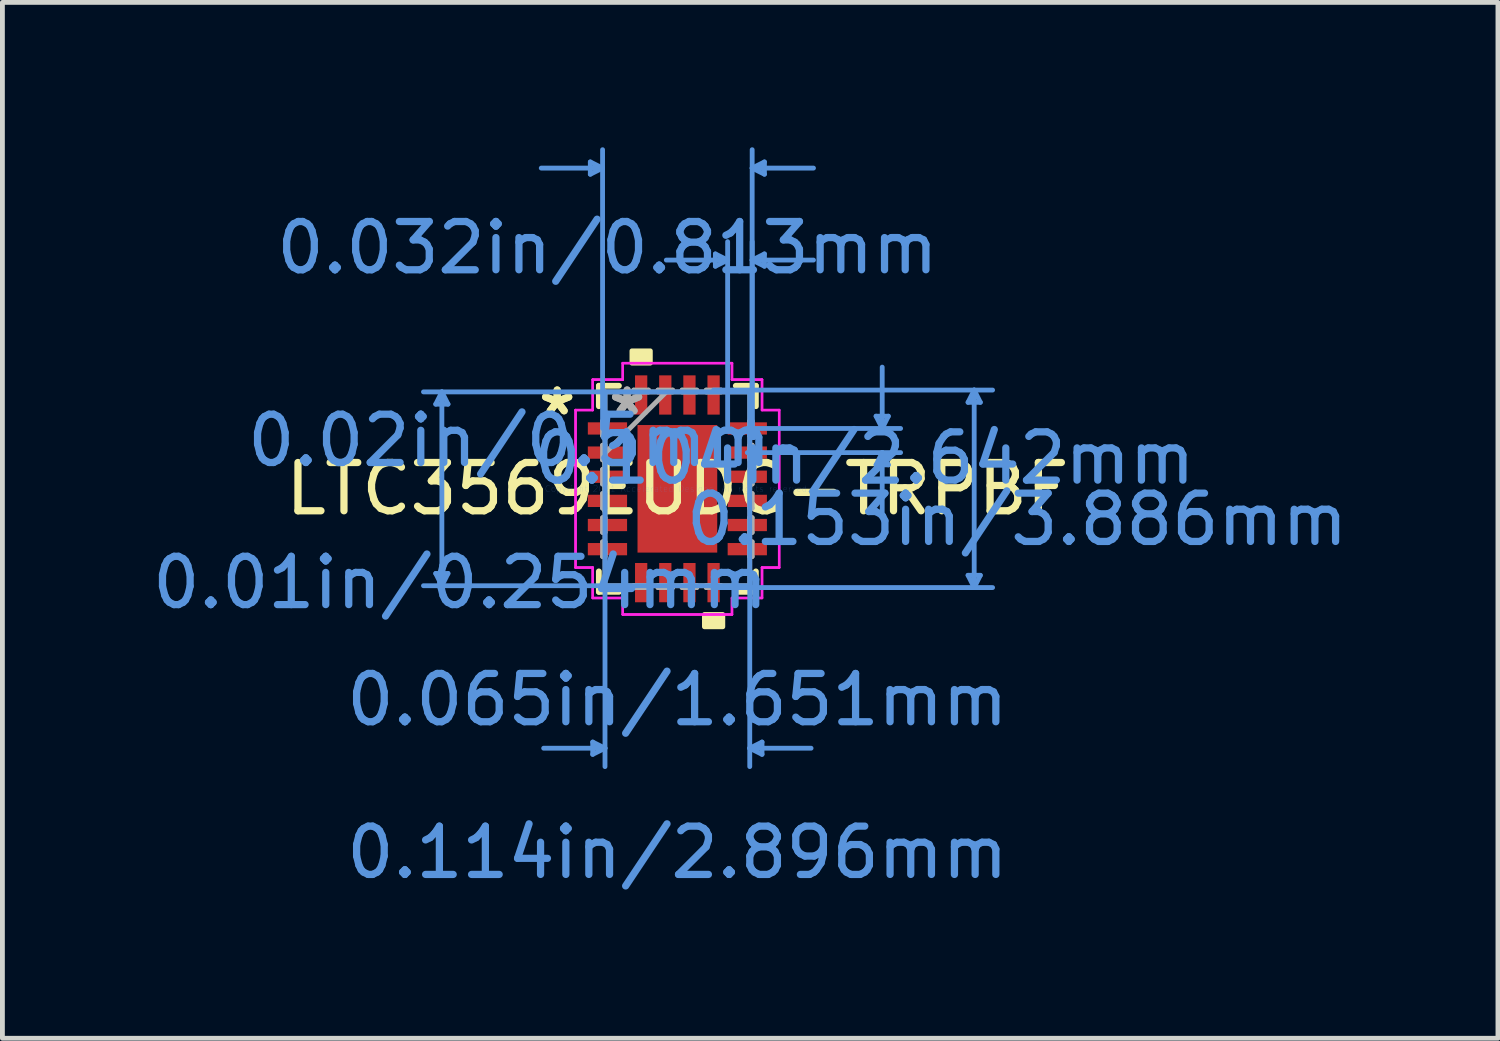
<source format=kicad_pcb>
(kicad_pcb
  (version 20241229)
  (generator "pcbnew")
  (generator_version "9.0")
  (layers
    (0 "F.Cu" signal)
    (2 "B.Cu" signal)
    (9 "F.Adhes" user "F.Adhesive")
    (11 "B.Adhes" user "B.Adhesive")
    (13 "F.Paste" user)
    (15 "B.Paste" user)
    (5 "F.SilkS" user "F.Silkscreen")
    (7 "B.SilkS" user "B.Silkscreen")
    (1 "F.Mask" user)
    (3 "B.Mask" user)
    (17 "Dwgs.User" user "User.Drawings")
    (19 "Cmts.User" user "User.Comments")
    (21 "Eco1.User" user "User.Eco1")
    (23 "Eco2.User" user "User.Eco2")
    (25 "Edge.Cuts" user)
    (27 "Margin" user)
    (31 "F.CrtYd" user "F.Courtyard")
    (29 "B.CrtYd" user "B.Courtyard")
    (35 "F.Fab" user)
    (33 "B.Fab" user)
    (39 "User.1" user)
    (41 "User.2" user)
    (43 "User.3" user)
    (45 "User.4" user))
  (footprint "LTC3569EUDC-TRPBF"
    (layer "F.Cu")
    (at 10.978 7.073)
    (property "Reference" "LTC3569EUDC-TRPBF" (at 0 0 0) (layer "F.SilkS") (effects (font (size 1 1) (thickness 0.15))))
    (attr through_hole)
    (fp_line (start -1.626 -2.134) (end -1.626 -1.71) (stroke (width 0.12) (type solid)) (layer "F.SilkS"))
    (fp_line (start -1.626 1.71) (end -1.626 2.134) (stroke (width 0.12) (type solid)) (layer "F.SilkS"))
    (fp_line (start -1.626 2.134) (end -1.21 2.134) (stroke (width 0.12) (type solid)) (layer "F.SilkS"))
    (fp_line (start -1.21 -2.134) (end -1.626 -2.134) (stroke (width 0.12) (type solid)) (layer "F.SilkS"))
    (fp_line (start 1.21 2.134) (end 1.626 2.134) (stroke (width 0.12) (type solid)) (layer "F.SilkS"))
    (fp_line (start 1.626 -2.134) (end 1.21 -2.134) (stroke (width 0.12) (type solid)) (layer "F.SilkS"))
    (fp_line (start 1.626 -1.71) (end 1.626 -2.134) (stroke (width 0.12) (type solid)) (layer "F.SilkS"))
    (fp_line (start 1.626 2.134) (end 1.626 1.71) (stroke (width 0.12) (type solid)) (layer "F.SilkS"))
    (fp_poly (pts (xy -0.941 -2.603) (xy -0.941 -2.857) (xy -0.56 -2.857) (xy -0.56 -2.603)) (stroke (width 0.1) (type solid)) (fill yes) (layer "F.SilkS"))
    (fp_poly (pts (xy 0.56 2.603) (xy 0.56 2.857) (xy 0.941 2.857) (xy 0.941 2.603)) (stroke (width 0.1) (type solid)) (fill yes) (layer "F.SilkS"))
    (fp_poly (pts (xy -0.726 -1.221) (xy -0.726 -0.1) (xy 0.726 -0.1) (xy 0.726 -1.221)) (stroke (width 0.1) (type solid)) (fill yes) (layer "F.Paste"))
    (fp_poly (pts (xy -0.726 0.1) (xy -0.726 1.221) (xy 0.726 1.221) (xy 0.726 0.1)) (stroke (width 0.1) (type solid)) (fill yes) (layer "F.Paste"))
    (fp_line (start -5.004 -1.753) (end -4.75 -1.753) (stroke (width 0.1) (type solid)) (layer "Cmts.User"))
    (fp_line (start -5.004 1.753) (end -4.75 1.753) (stroke (width 0.1) (type solid)) (layer "Cmts.User"))
    (fp_line (start -4.877 -2.007) (end -5.004 -1.753) (stroke (width 0.1) (type solid)) (layer "Cmts.User"))
    (fp_line (start -4.877 -2.007) (end -4.877 2.007) (stroke (width 0.1) (type solid)) (layer "Cmts.User"))
    (fp_line (start -4.877 -2.007) (end -4.75 -1.753) (stroke (width 0.1) (type solid)) (layer "Cmts.User"))
    (fp_line (start -4.877 2.007) (end -5.004 1.753) (stroke (width 0.1) (type solid)) (layer "Cmts.User"))
    (fp_line (start -4.877 2.007) (end -4.75 1.753) (stroke (width 0.1) (type solid)) (layer "Cmts.User"))
    (fp_line (start -1.803 -6.769) (end -1.803 -6.515) (stroke (width 0.1) (type solid)) (layer "Cmts.User"))
    (fp_line (start -1.753 5.245) (end -1.753 5.499) (stroke (width 0.1) (type solid)) (layer "Cmts.User"))
    (fp_line (start -1.549 -6.642) (end -2.819 -6.642) (stroke (width 0.1) (type solid)) (layer "Cmts.User"))
    (fp_line (start -1.549 -6.642) (end -1.803 -6.769) (stroke (width 0.1) (type solid)) (layer "Cmts.User"))
    (fp_line (start -1.549 -6.642) (end -1.803 -6.515) (stroke (width 0.1) (type solid)) (layer "Cmts.User"))
    (fp_line (start -1.549 -1.25) (end -1.549 -7.023) (stroke (width 0.1) (type solid)) (layer "Cmts.User"))
    (fp_line (start -1.499 -2.007) (end -1.499 5.753) (stroke (width 0.1) (type solid)) (layer "Cmts.User"))
    (fp_line (start -1.499 5.372) (end -2.769 5.372) (stroke (width 0.1) (type solid)) (layer "Cmts.User"))
    (fp_line (start -1.499 5.372) (end -1.753 5.245) (stroke (width 0.1) (type solid)) (layer "Cmts.User"))
    (fp_line (start -1.499 5.372) (end -1.753 5.499) (stroke (width 0.1) (type solid)) (layer "Cmts.User"))
    (fp_line (start 0.75 -2.045) (end 6.528 -2.045) (stroke (width 0.1) (type solid)) (layer "Cmts.User"))
    (fp_line (start 0.75 2.045) (end 6.528 2.045) (stroke (width 0.1) (type solid)) (layer "Cmts.User"))
    (fp_line (start 0.787 -4.864) (end 0.787 -4.61) (stroke (width 0.1) (type solid)) (layer "Cmts.User"))
    (fp_line (start 1.041 -4.737) (end -0.229 -4.737) (stroke (width 0.1) (type solid)) (layer "Cmts.User"))
    (fp_line (start 1.041 -4.737) (end 0.787 -4.864) (stroke (width 0.1) (type solid)) (layer "Cmts.User"))
    (fp_line (start 1.041 -4.737) (end 0.787 -4.61) (stroke (width 0.1) (type solid)) (layer "Cmts.User"))
    (fp_line (start 1.041 -1.25) (end 1.041 -5.118) (stroke (width 0.1) (type solid)) (layer "Cmts.User"))
    (fp_line (start 1.448 -1.25) (end 4.623 -1.25) (stroke (width 0.1) (type solid)) (layer "Cmts.User"))
    (fp_line (start 1.448 -0.75) (end 4.623 -0.75) (stroke (width 0.1) (type solid)) (layer "Cmts.User"))
    (fp_line (start 1.499 -2.007) (end -5.258 -2.007) (stroke (width 0.1) (type solid)) (layer "Cmts.User"))
    (fp_line (start 1.499 -2.007) (end 1.499 5.753) (stroke (width 0.1) (type solid)) (layer "Cmts.User"))
    (fp_line (start 1.499 2.007) (end -5.258 2.007) (stroke (width 0.1) (type solid)) (layer "Cmts.User"))
    (fp_line (start 1.499 5.372) (end 1.753 5.245) (stroke (width 0.1) (type solid)) (layer "Cmts.User"))
    (fp_line (start 1.499 5.372) (end 1.753 5.499) (stroke (width 0.1) (type solid)) (layer "Cmts.User"))
    (fp_line (start 1.499 5.372) (end 2.769 5.372) (stroke (width 0.1) (type solid)) (layer "Cmts.User"))
    (fp_line (start 1.549 -6.642) (end 1.803 -6.769) (stroke (width 0.1) (type solid)) (layer "Cmts.User"))
    (fp_line (start 1.549 -6.642) (end 1.803 -6.515) (stroke (width 0.1) (type solid)) (layer "Cmts.User"))
    (fp_line (start 1.549 -6.642) (end 2.819 -6.642) (stroke (width 0.1) (type solid)) (layer "Cmts.User"))
    (fp_line (start 1.549 -4.737) (end 1.803 -4.864) (stroke (width 0.1) (type solid)) (layer "Cmts.User"))
    (fp_line (start 1.549 -4.737) (end 1.803 -4.61) (stroke (width 0.1) (type solid)) (layer "Cmts.User"))
    (fp_line (start 1.549 -4.737) (end 2.819 -4.737) (stroke (width 0.1) (type solid)) (layer "Cmts.User"))
    (fp_line (start 1.549 -1.25) (end 1.549 -7.023) (stroke (width 0.1) (type solid)) (layer "Cmts.User"))
    (fp_line (start 1.549 -1.25) (end 1.549 -5.118) (stroke (width 0.1) (type solid)) (layer "Cmts.User"))
    (fp_line (start 1.753 5.245) (end 1.753 5.499) (stroke (width 0.1) (type solid)) (layer "Cmts.User"))
    (fp_line (start 1.803 -6.769) (end 1.803 -6.515) (stroke (width 0.1) (type solid)) (layer "Cmts.User"))
    (fp_line (start 1.803 -4.864) (end 1.803 -4.61) (stroke (width 0.1) (type solid)) (layer "Cmts.User"))
    (fp_line (start 4.115 -1.504) (end 4.369 -1.504) (stroke (width 0.1) (type solid)) (layer "Cmts.User"))
    (fp_line (start 4.115 -0.496) (end 4.369 -0.496) (stroke (width 0.1) (type solid)) (layer "Cmts.User"))
    (fp_line (start 4.242 -1.25) (end 4.115 -1.504) (stroke (width 0.1) (type solid)) (layer "Cmts.User"))
    (fp_line (start 4.242 -1.25) (end 4.242 -2.52) (stroke (width 0.1) (type solid)) (layer "Cmts.User"))
    (fp_line (start 4.242 -1.25) (end 4.369 -1.504) (stroke (width 0.1) (type solid)) (layer "Cmts.User"))
    (fp_line (start 4.242 -0.75) (end 4.115 -0.496) (stroke (width 0.1) (type solid)) (layer "Cmts.User"))
    (fp_line (start 4.242 -0.75) (end 4.242 0.52) (stroke (width 0.1) (type solid)) (layer "Cmts.User"))
    (fp_line (start 4.242 -0.75) (end 4.369 -0.496) (stroke (width 0.1) (type solid)) (layer "Cmts.User"))
    (fp_line (start 6.02 -1.791) (end 6.274 -1.791) (stroke (width 0.1) (type solid)) (layer "Cmts.User"))
    (fp_line (start 6.02 1.791) (end 6.274 1.791) (stroke (width 0.1) (type solid)) (layer "Cmts.User"))
    (fp_line (start 6.147 -2.045) (end 6.02 -1.791) (stroke (width 0.1) (type solid)) (layer "Cmts.User"))
    (fp_line (start 6.147 -2.045) (end 6.147 2.045) (stroke (width 0.1) (type solid)) (layer "Cmts.User"))
    (fp_line (start 6.147 -2.045) (end 6.274 -1.791) (stroke (width 0.1) (type solid)) (layer "Cmts.User"))
    (fp_line (start 6.147 2.045) (end 6.02 1.791) (stroke (width 0.1) (type solid)) (layer "Cmts.User"))
    (fp_line (start 6.147 2.045) (end 6.274 1.791) (stroke (width 0.1) (type solid)) (layer "Cmts.User"))
    (fp_line (start -2.108 -1.631) (end -1.753 -1.631) (stroke (width 0.05) (type solid)) (layer "F.CrtYd"))
    (fp_line (start -2.108 -1.631) (end -1.753 -1.631) (stroke (width 0.05) (type solid)) (layer "F.CrtYd"))
    (fp_line (start -2.108 1.631) (end -2.108 -1.631) (stroke (width 0.05) (type solid)) (layer "F.CrtYd"))
    (fp_line (start -2.108 1.631) (end -2.108 -1.631) (stroke (width 0.05) (type solid)) (layer "F.CrtYd"))
    (fp_line (start -1.753 -2.261) (end -1.131 -2.261) (stroke (width 0.05) (type solid)) (layer "F.CrtYd"))
    (fp_line (start -1.753 -2.261) (end -1.131 -2.261) (stroke (width 0.05) (type solid)) (layer "F.CrtYd"))
    (fp_line (start -1.753 -1.631) (end -1.753 -2.261) (stroke (width 0.05) (type solid)) (layer "F.CrtYd"))
    (fp_line (start -1.753 -1.631) (end -1.753 -2.261) (stroke (width 0.05) (type solid)) (layer "F.CrtYd"))
    (fp_line (start -1.753 1.631) (end -2.108 1.631) (stroke (width 0.05) (type solid)) (layer "F.CrtYd"))
    (fp_line (start -1.753 1.631) (end -2.108 1.631) (stroke (width 0.05) (type solid)) (layer "F.CrtYd"))
    (fp_line (start -1.753 2.261) (end -1.753 1.631) (stroke (width 0.05) (type solid)) (layer "F.CrtYd"))
    (fp_line (start -1.753 2.261) (end -1.753 1.631) (stroke (width 0.05) (type solid)) (layer "F.CrtYd"))
    (fp_line (start -1.131 -2.603) (end 1.131 -2.603) (stroke (width 0.05) (type solid)) (layer "F.CrtYd"))
    (fp_line (start -1.131 -2.603) (end 1.131 -2.603) (stroke (width 0.05) (type solid)) (layer "F.CrtYd"))
    (fp_line (start -1.131 -2.261) (end -1.131 -2.603) (stroke (width 0.05) (type solid)) (layer "F.CrtYd"))
    (fp_line (start -1.131 -2.261) (end -1.131 -2.603) (stroke (width 0.05) (type solid)) (layer "F.CrtYd"))
    (fp_line (start -1.131 2.261) (end -1.753 2.261) (stroke (width 0.05) (type solid)) (layer "F.CrtYd"))
    (fp_line (start -1.131 2.261) (end -1.753 2.261) (stroke (width 0.05) (type solid)) (layer "F.CrtYd"))
    (fp_line (start -1.131 2.603) (end -1.131 2.261) (stroke (width 0.05) (type solid)) (layer "F.CrtYd"))
    (fp_line (start -1.131 2.603) (end -1.131 2.261) (stroke (width 0.05) (type solid)) (layer "F.CrtYd"))
    (fp_line (start 1.131 -2.603) (end 1.131 -2.261) (stroke (width 0.05) (type solid)) (layer "F.CrtYd"))
    (fp_line (start 1.131 -2.603) (end 1.131 -2.261) (stroke (width 0.05) (type solid)) (layer "F.CrtYd"))
    (fp_line (start 1.131 -2.261) (end 1.753 -2.261) (stroke (width 0.05) (type solid)) (layer "F.CrtYd"))
    (fp_line (start 1.131 -2.261) (end 1.753 -2.261) (stroke (width 0.05) (type solid)) (layer "F.CrtYd"))
    (fp_line (start 1.131 2.261) (end 1.131 2.603) (stroke (width 0.05) (type solid)) (layer "F.CrtYd"))
    (fp_line (start 1.131 2.261) (end 1.131 2.603) (stroke (width 0.05) (type solid)) (layer "F.CrtYd"))
    (fp_line (start 1.131 2.603) (end -1.131 2.603) (stroke (width 0.05) (type solid)) (layer "F.CrtYd"))
    (fp_line (start 1.131 2.603) (end -1.131 2.603) (stroke (width 0.05) (type solid)) (layer "F.CrtYd"))
    (fp_line (start 1.753 -2.261) (end 1.753 -1.631) (stroke (width 0.05) (type solid)) (layer "F.CrtYd"))
    (fp_line (start 1.753 -2.261) (end 1.753 -1.631) (stroke (width 0.05) (type solid)) (layer "F.CrtYd"))
    (fp_line (start 1.753 -1.631) (end 2.108 -1.631) (stroke (width 0.05) (type solid)) (layer "F.CrtYd"))
    (fp_line (start 1.753 -1.631) (end 2.108 -1.631) (stroke (width 0.05) (type solid)) (layer "F.CrtYd"))
    (fp_line (start 1.753 1.631) (end 1.753 2.261) (stroke (width 0.05) (type solid)) (layer "F.CrtYd"))
    (fp_line (start 1.753 1.631) (end 1.753 2.261) (stroke (width 0.05) (type solid)) (layer "F.CrtYd"))
    (fp_line (start 1.753 2.261) (end 1.131 2.261) (stroke (width 0.05) (type solid)) (layer "F.CrtYd"))
    (fp_line (start 1.753 2.261) (end 1.131 2.261) (stroke (width 0.05) (type solid)) (layer "F.CrtYd"))
    (fp_line (start 2.108 -1.631) (end 2.108 1.631) (stroke (width 0.05) (type solid)) (layer "F.CrtYd"))
    (fp_line (start 2.108 -1.631) (end 2.108 1.631) (stroke (width 0.05) (type solid)) (layer "F.CrtYd"))
    (fp_line (start 2.108 1.631) (end 1.753 1.631) (stroke (width 0.05) (type solid)) (layer "F.CrtYd"))
    (fp_line (start 2.108 1.631) (end 1.753 1.631) (stroke (width 0.05) (type solid)) (layer "F.CrtYd"))
    (fp_line (start -1.549 -1.403) (end -1.549 -1.098) (stroke (width 0.1) (type solid)) (layer "F.Fab"))
    (fp_line (start -1.549 -1.098) (end -1.499 -1.098) (stroke (width 0.1) (type solid)) (layer "F.Fab"))
    (fp_line (start -1.549 -0.903) (end -1.549 -0.598) (stroke (width 0.1) (type solid)) (layer "F.Fab"))
    (fp_line (start -1.549 -0.598) (end -1.499 -0.598) (stroke (width 0.1) (type solid)) (layer "F.Fab"))
    (fp_line (start -1.549 -0.402) (end -1.549 -0.098) (stroke (width 0.1) (type solid)) (layer "F.Fab"))
    (fp_line (start -1.549 -0.098) (end -1.499 -0.098) (stroke (width 0.1) (type solid)) (layer "F.Fab"))
    (fp_line (start -1.549 0.098) (end -1.549 0.402) (stroke (width 0.1) (type solid)) (layer "F.Fab"))
    (fp_line (start -1.549 0.402) (end -1.499 0.402) (stroke (width 0.1) (type solid)) (layer "F.Fab"))
    (fp_line (start -1.549 0.598) (end -1.549 0.903) (stroke (width 0.1) (type solid)) (layer "F.Fab"))
    (fp_line (start -1.549 0.903) (end -1.499 0.903) (stroke (width 0.1) (type solid)) (layer "F.Fab"))
    (fp_line (start -1.549 1.098) (end -1.549 1.403) (stroke (width 0.1) (type solid)) (layer "F.Fab"))
    (fp_line (start -1.549 1.403) (end -1.499 1.403) (stroke (width 0.1) (type solid)) (layer "F.Fab"))
    (fp_line (start -1.499 -2.007) (end -1.499 -2.007) (stroke (width 0.1) (type solid)) (layer "F.Fab"))
    (fp_line (start -1.499 -2.007) (end -1.499 2.007) (stroke (width 0.1) (type solid)) (layer "F.Fab"))
    (fp_line (start -1.499 -1.403) (end -1.549 -1.403) (stroke (width 0.1) (type solid)) (layer "F.Fab"))
    (fp_line (start -1.499 -1.098) (end -1.499 -1.403) (stroke (width 0.1) (type solid)) (layer "F.Fab"))
    (fp_line (start -1.499 -0.903) (end -1.549 -0.903) (stroke (width 0.1) (type solid)) (layer "F.Fab"))
    (fp_line (start -1.499 -0.737) (end -0.229 -2.007) (stroke (width 0.1) (type solid)) (layer "F.Fab"))
    (fp_line (start -1.499 -0.598) (end -1.499 -0.903) (stroke (width 0.1) (type solid)) (layer "F.Fab"))
    (fp_line (start -1.499 -0.402) (end -1.549 -0.402) (stroke (width 0.1) (type solid)) (layer "F.Fab"))
    (fp_line (start -1.499 -0.098) (end -1.499 -0.402) (stroke (width 0.1) (type solid)) (layer "F.Fab"))
    (fp_line (start -1.499 0.098) (end -1.549 0.098) (stroke (width 0.1) (type solid)) (layer "F.Fab"))
    (fp_line (start -1.499 0.402) (end -1.499 0.098) (stroke (width 0.1) (type solid)) (layer "F.Fab"))
    (fp_line (start -1.499 0.598) (end -1.549 0.598) (stroke (width 0.1) (type solid)) (layer "F.Fab"))
    (fp_line (start -1.499 0.903) (end -1.499 0.598) (stroke (width 0.1) (type solid)) (layer "F.Fab"))
    (fp_line (start -1.499 1.098) (end -1.549 1.098) (stroke (width 0.1) (type solid)) (layer "F.Fab"))
    (fp_line (start -1.499 1.403) (end -1.499 1.098) (stroke (width 0.1) (type solid)) (layer "F.Fab"))
    (fp_line (start -1.499 2.007) (end -1.499 2.007) (stroke (width 0.1) (type solid)) (layer "F.Fab"))
    (fp_line (start -1.499 2.007) (end 1.499 2.007) (stroke (width 0.1) (type solid)) (layer "F.Fab"))
    (fp_line (start -0.903 -2.045) (end -0.903 -2.007) (stroke (width 0.1) (type solid)) (layer "F.Fab"))
    (fp_line (start -0.903 -2.007) (end -0.598 -2.007) (stroke (width 0.1) (type solid)) (layer "F.Fab"))
    (fp_line (start -0.903 2.007) (end -0.903 2.045) (stroke (width 0.1) (type solid)) (layer "F.Fab"))
    (fp_line (start -0.903 2.045) (end -0.598 2.045) (stroke (width 0.1) (type solid)) (layer "F.Fab"))
    (fp_line (start -0.598 -2.045) (end -0.903 -2.045) (stroke (width 0.1) (type solid)) (layer "F.Fab"))
    (fp_line (start -0.598 -2.007) (end -0.598 -2.045) (stroke (width 0.1) (type solid)) (layer "F.Fab"))
    (fp_line (start -0.598 2.007) (end -0.903 2.007) (stroke (width 0.1) (type solid)) (layer "F.Fab"))
    (fp_line (start -0.598 2.045) (end -0.598 2.007) (stroke (width 0.1) (type solid)) (layer "F.Fab"))
    (fp_line (start -0.402 -2.045) (end -0.402 -2.007) (stroke (width 0.1) (type solid)) (layer "F.Fab"))
    (fp_line (start -0.402 -2.007) (end -0.098 -2.007) (stroke (width 0.1) (type solid)) (layer "F.Fab"))
    (fp_line (start -0.402 2.007) (end -0.402 2.045) (stroke (width 0.1) (type solid)) (layer "F.Fab"))
    (fp_line (start -0.402 2.045) (end -0.098 2.045) (stroke (width 0.1) (type solid)) (layer "F.Fab"))
    (fp_line (start -0.098 -2.045) (end -0.402 -2.045) (stroke (width 0.1) (type solid)) (layer "F.Fab"))
    (fp_line (start -0.098 -2.007) (end -0.098 -2.045) (stroke (width 0.1) (type solid)) (layer "F.Fab"))
    (fp_line (start -0.098 2.007) (end -0.402 2.007) (stroke (width 0.1) (type solid)) (layer "F.Fab"))
    (fp_line (start -0.098 2.045) (end -0.098 2.007) (stroke (width 0.1) (type solid)) (layer "F.Fab"))
    (fp_line (start 0.098 -2.045) (end 0.098 -2.007) (stroke (width 0.1) (type solid)) (layer "F.Fab"))
    (fp_line (start 0.098 -2.007) (end 0.402 -2.007) (stroke (width 0.1) (type solid)) (layer "F.Fab"))
    (fp_line (start 0.098 2.007) (end 0.098 2.045) (stroke (width 0.1) (type solid)) (layer "F.Fab"))
    (fp_line (start 0.098 2.045) (end 0.402 2.045) (stroke (width 0.1) (type solid)) (layer "F.Fab"))
    (fp_line (start 0.402 -2.045) (end 0.098 -2.045) (stroke (width 0.1) (type solid)) (layer "F.Fab"))
    (fp_line (start 0.402 -2.007) (end 0.402 -2.045) (stroke (width 0.1) (type solid)) (layer "F.Fab"))
    (fp_line (start 0.402 2.007) (end 0.098 2.007) (stroke (width 0.1) (type solid)) (layer "F.Fab"))
    (fp_line (start 0.402 2.045) (end 0.402 2.007) (stroke (width 0.1) (type solid)) (layer "F.Fab"))
    (fp_line (start 0.598 -2.045) (end 0.598 -2.007) (stroke (width 0.1) (type solid)) (layer "F.Fab"))
    (fp_line (start 0.598 -2.007) (end 0.903 -2.007) (stroke (width 0.1) (type solid)) (layer "F.Fab"))
    (fp_line (start 0.598 2.007) (end 0.598 2.045) (stroke (width 0.1) (type solid)) (layer "F.Fab"))
    (fp_line (start 0.598 2.045) (end 0.903 2.045) (stroke (width 0.1) (type solid)) (layer "F.Fab"))
    (fp_line (start 0.903 -2.045) (end 0.598 -2.045) (stroke (width 0.1) (type solid)) (layer "F.Fab"))
    (fp_line (start 0.903 -2.007) (end 0.903 -2.045) (stroke (width 0.1) (type solid)) (layer "F.Fab"))
    (fp_line (start 0.903 2.007) (end 0.598 2.007) (stroke (width 0.1) (type solid)) (layer "F.Fab"))
    (fp_line (start 0.903 2.045) (end 0.903 2.007) (stroke (width 0.1) (type solid)) (layer "F.Fab"))
    (fp_line (start 1.499 -2.007) (end -1.499 -2.007) (stroke (width 0.1) (type solid)) (layer "F.Fab"))
    (fp_line (start 1.499 -2.007) (end 1.499 -2.007) (stroke (width 0.1) (type solid)) (layer "F.Fab"))
    (fp_line (start 1.499 -1.403) (end 1.499 -1.098) (stroke (width 0.1) (type solid)) (layer "F.Fab"))
    (fp_line (start 1.499 -1.098) (end 1.549 -1.098) (stroke (width 0.1) (type solid)) (layer "F.Fab"))
    (fp_line (start 1.499 -0.903) (end 1.499 -0.598) (stroke (width 0.1) (type solid)) (layer "F.Fab"))
    (fp_line (start 1.499 -0.598) (end 1.549 -0.598) (stroke (width 0.1) (type solid)) (layer "F.Fab"))
    (fp_line (start 1.499 -0.402) (end 1.499 -0.098) (stroke (width 0.1) (type solid)) (layer "F.Fab"))
    (fp_line (start 1.499 -0.098) (end 1.549 -0.098) (stroke (width 0.1) (type solid)) (layer "F.Fab"))
    (fp_line (start 1.499 0.098) (end 1.499 0.402) (stroke (width 0.1) (type solid)) (layer "F.Fab"))
    (fp_line (start 1.499 0.402) (end 1.549 0.402) (stroke (width 0.1) (type solid)) (layer "F.Fab"))
    (fp_line (start 1.499 0.598) (end 1.499 0.903) (stroke (width 0.1) (type solid)) (layer "F.Fab"))
    (fp_line (start 1.499 0.903) (end 1.549 0.903) (stroke (width 0.1) (type solid)) (layer "F.Fab"))
    (fp_line (start 1.499 1.098) (end 1.499 1.403) (stroke (width 0.1) (type solid)) (layer "F.Fab"))
    (fp_line (start 1.499 1.403) (end 1.549 1.403) (stroke (width 0.1) (type solid)) (layer "F.Fab"))
    (fp_line (start 1.499 2.007) (end 1.499 -2.007) (stroke (width 0.1) (type solid)) (layer "F.Fab"))
    (fp_line (start 1.499 2.007) (end 1.499 2.007) (stroke (width 0.1) (type solid)) (layer "F.Fab"))
    (fp_line (start 1.549 -1.403) (end 1.499 -1.403) (stroke (width 0.1) (type solid)) (layer "F.Fab"))
    (fp_line (start 1.549 -1.098) (end 1.549 -1.403) (stroke (width 0.1) (type solid)) (layer "F.Fab"))
    (fp_line (start 1.549 -0.903) (end 1.499 -0.903) (stroke (width 0.1) (type solid)) (layer "F.Fab"))
    (fp_line (start 1.549 -0.598) (end 1.549 -0.903) (stroke (width 0.1) (type solid)) (layer "F.Fab"))
    (fp_line (start 1.549 -0.402) (end 1.499 -0.402) (stroke (width 0.1) (type solid)) (layer "F.Fab"))
    (fp_line (start 1.549 -0.098) (end 1.549 -0.402) (stroke (width 0.1) (type solid)) (layer "F.Fab"))
    (fp_line (start 1.549 0.098) (end 1.499 0.098) (stroke (width 0.1) (type solid)) (layer "F.Fab"))
    (fp_line (start 1.549 0.402) (end 1.549 0.098) (stroke (width 0.1) (type solid)) (layer "F.Fab"))
    (fp_line (start 1.549 0.598) (end 1.499 0.598) (stroke (width 0.1) (type solid)) (layer "F.Fab"))
    (fp_line (start 1.549 0.903) (end 1.549 0.598) (stroke (width 0.1) (type solid)) (layer "F.Fab"))
    (fp_line (start 1.549 1.098) (end 1.499 1.098) (stroke (width 0.1) (type solid)) (layer "F.Fab"))
    (fp_line (start 1.549 1.403) (end 1.549 1.098) (stroke (width 0.1) (type solid)) (layer "F.Fab"))
    (fp_text user "*" (at -2.489 -1.5 0) (layer "F.SilkS") (effects (font (size 1 1) (thickness 0.15))))
    (fp_text user "*" (at -2.489 -1.5 0) (layer "F.SilkS") (effects (font (size 1 1) (thickness 0.15))))
    (fp_text user "0.02in/0.5mm" (at -3.48 -1 0) (layer "Cmts.User") (effects (font (size 1 1) (thickness 0.15))))
    (fp_text user "0.065in/1.651mm" (at 0 4.369 0) (layer "Cmts.User") (effects (font (size 1 1) (thickness 0.15))))
    (fp_text user "Copyright 2021 Accelerated Designs. All rights reserved." (at 0 0 0) (layer "Cmts.User") (effects (font (size 0.127 0.127) (thickness 0.002))))
    (fp_text user "0.153in/3.886mm" (at 7.036 0.635 0) (layer "Cmts.User") (effects (font (size 1 1) (thickness 0.15))))
    (fp_text user "0.104in/2.642mm" (at 3.873 -0.635 0) (layer "Cmts.User") (effects (font (size 1 1) (thickness 0.15))))
    (fp_text user "0.114in/2.896mm" (at 0 7.531 0) (layer "Cmts.User") (effects (font (size 1 1) (thickness 0.15))))
    (fp_text user "0.032in/0.813mm" (at -1.448 -4.991 0) (layer "Cmts.User") (effects (font (size 1 1) (thickness 0.15))))
    (fp_text user "0.01in/0.254mm" (at -4.496 1.943 0) (layer "Cmts.User") (effects (font (size 1 1) (thickness 0.15))))
    (fp_text user "*" (at -1.041 -1.5 0) (layer "F.Fab") (effects (font (size 1 1) (thickness 0.15))))
    (fp_text user "*" (at -1.041 -1.5 0) (layer "F.Fab") (effects (font (size 1 1) (thickness 0.15))))
    (pad "1" smd rect (at -1.448 -1.25 90) (size 0.254 0.813) (layers "F.Cu" "F.Mask" "F.Paste"))
    (pad "2" smd rect (at -1.448 -0.75 90) (size 0.254 0.813) (layers "F.Cu" "F.Mask" "F.Paste"))
    (pad "3" smd rect (at -1.448 -0.25 90) (size 0.254 0.813) (layers "F.Cu" "F.Mask" "F.Paste"))
    (pad "4" smd rect (at -1.448 0.25 90) (size 0.254 0.813) (layers "F.Cu" "F.Mask" "F.Paste"))
    (pad "5" smd rect (at -1.448 0.75 90) (size 0.254 0.813) (layers "F.Cu" "F.Mask" "F.Paste"))
    (pad "6" smd rect (at -1.448 1.25 90) (size 0.254 0.813) (layers "F.Cu" "F.Mask" "F.Paste"))
    (pad "7" smd rect (at -0.75 1.943) (size 0.254 0.813) (layers "F.Cu" "F.Mask" "F.Paste"))
    (pad "8" smd rect (at -0.25 1.943) (size 0.254 0.813) (layers "F.Cu" "F.Mask" "F.Paste"))
    (pad "9" smd rect (at 0.25 1.943) (size 0.254 0.813) (layers "F.Cu" "F.Mask" "F.Paste"))
    (pad "10" smd rect (at 0.75 1.943) (size 0.254 0.813) (layers "F.Cu" "F.Mask" "F.Paste"))
    (pad "11" smd rect (at 1.448 1.25 90) (size 0.254 0.813) (layers "F.Cu" "F.Mask" "F.Paste"))
    (pad "12" smd rect (at 1.448 0.75 90) (size 0.254 0.813) (layers "F.Cu" "F.Mask" "F.Paste"))
    (pad "13" smd rect (at 1.448 0.25 90) (size 0.254 0.813) (layers "F.Cu" "F.Mask" "F.Paste"))
    (pad "14" smd rect (at 1.448 -0.25 90) (size 0.254 0.813) (layers "F.Cu" "F.Mask" "F.Paste"))
    (pad "15" smd rect (at 1.448 -0.75 90) (size 0.254 0.813) (layers "F.Cu" "F.Mask" "F.Paste"))
    (pad "16" smd rect (at 1.448 -1.25 90) (size 0.254 0.813) (layers "F.Cu" "F.Mask" "F.Paste"))
    (pad "17" smd rect (at 0.75 -1.943) (size 0.254 0.813) (layers "F.Cu" "F.Mask" "F.Paste"))
    (pad "18" smd rect (at 0.25 -1.943) (size 0.254 0.813) (layers "F.Cu" "F.Mask" "F.Paste"))
    (pad "19" smd rect (at -0.25 -1.943) (size 0.254 0.813) (layers "F.Cu" "F.Mask" "F.Paste"))
    (pad "20" smd rect (at -0.75 -1.943) (size 0.254 0.813) (layers "F.Cu" "F.Mask" "F.Paste"))
    (pad "21" smd rect (at 0 0) (size 1.651 2.642) (layers "F.Cu" "F.Mask")))
  (gr_rect
    (start -3 -3)
    (end 27.972 18.452)
    (stroke (width 0.1) (type default))
    (fill no)
    (layer "Edge.Cuts")))
</source>
